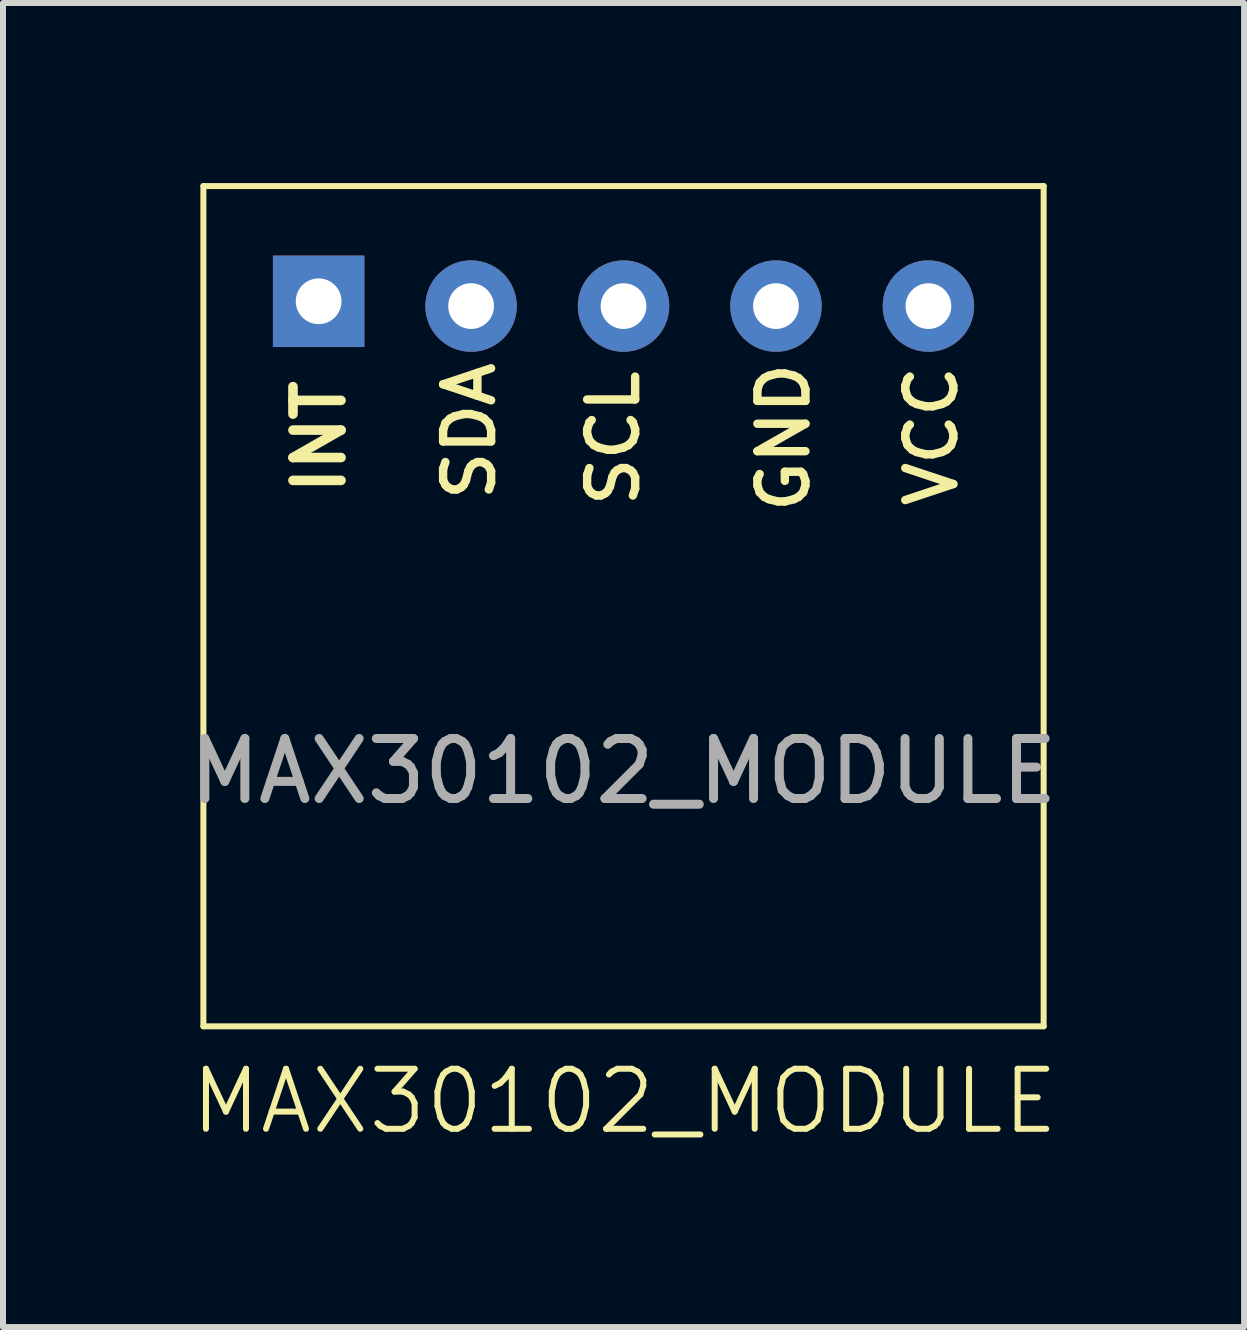
<source format=kicad_pcb>
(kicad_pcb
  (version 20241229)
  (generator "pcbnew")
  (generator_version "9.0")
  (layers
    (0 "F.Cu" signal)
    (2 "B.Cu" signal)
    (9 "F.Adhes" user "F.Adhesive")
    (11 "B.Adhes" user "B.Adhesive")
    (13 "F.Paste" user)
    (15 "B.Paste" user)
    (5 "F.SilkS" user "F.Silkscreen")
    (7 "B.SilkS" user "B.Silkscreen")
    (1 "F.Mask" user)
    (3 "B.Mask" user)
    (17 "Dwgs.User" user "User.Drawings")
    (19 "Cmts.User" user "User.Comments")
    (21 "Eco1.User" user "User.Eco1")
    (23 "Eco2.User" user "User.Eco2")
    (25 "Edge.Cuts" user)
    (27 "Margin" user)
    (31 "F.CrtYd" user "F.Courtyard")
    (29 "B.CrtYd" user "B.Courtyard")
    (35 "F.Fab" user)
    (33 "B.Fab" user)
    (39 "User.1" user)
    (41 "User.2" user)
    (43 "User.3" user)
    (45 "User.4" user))
  (footprint "MAX30102_MODULE"
    (layer "F.Cu")
    (at 7.339 7.05)
    (property "Reference" "MAX30102_MODULE" (at 0.019 8.25 0) (unlocked yes) (layer "F.SilkS") (effects (font (size 1 1) (thickness 0.1))))
    (attr through_hole)
    (fp_line (start -7 -7) (end 7 -7) (stroke (width 0.1) (type default)) (layer "F.SilkS"))
    (fp_line (start -7 7) (end -7 -7) (stroke (width 0.1) (type default)) (layer "F.SilkS"))
    (fp_line (start 7 -7) (end 7 7) (stroke (width 0.1) (type default)) (layer "F.SilkS"))
    (fp_line (start 7 7) (end -7 7) (stroke (width 0.1) (type default)) (layer "F.SilkS"))
    (fp_text user "SDA" (at -2.101 -1.7 90) (unlocked yes) (layer "F.SilkS") (effects (font (size 0.8 0.8) (thickness 0.14) (bold yes)) (justify left bottom)))
    (fp_text user "GND" (at 2.2 -1.5 90) (unlocked yes) (layer "F.SilkS") (effects (font (size 0.8 0.8) (thickness 0.14) (bold yes)) (justify left top)))
    (fp_text user "SCL" (at 0.299 -1.6 90) (unlocked yes) (layer "F.SilkS") (effects (font (size 0.8 0.8) (thickness 0.14) (bold yes)) (justify left bottom)))
    (fp_text user "INT" (at -4.601 -1.8 90) (unlocked yes) (layer "F.SilkS") (effects (font (size 0.8 0.8) (thickness 0.16) (bold yes)) (justify left bottom)))
    (fp_text user "VCC" (at 5.6 -1.6 90) (unlocked yes) (layer "F.SilkS") (effects (font (size 0.8 0.8) (thickness 0.14) (bold yes)) (justify left bottom)))
    (fp_text user "${REFERENCE}" (at 0 2.75 0) (unlocked yes) (layer "F.Fab") (effects (font (size 1 1) (thickness 0.15))))
    (pad "1" thru_hole rect (at -5.08 -5.08) (size 1.524 1.524) (drill 0.762) (layers "*.Cu" "*.Mask"))
    (pad "2" thru_hole circle (at -2.54 -5) (size 1.524 1.524) (drill 0.762) (layers "*.Cu" "*.Mask"))
    (pad "3" thru_hole circle (at 0 -5) (size 1.524 1.524) (drill 0.762) (layers "*.Cu" "*.Mask"))
    (pad "4" thru_hole circle (at 2.54 -5) (size 1.524 1.524) (drill 0.762) (layers "*.Cu" "*.Mask"))
    (pad "5" thru_hole circle (at 5.08 -5) (size 1.524 1.524) (drill 0.762) (layers "*.Cu" "*.Mask"))
    (zone (net_name "") (layer "F.SilkS") (hatch edge 0.5) (connect_pads) (min_thickness 0.25) (filled_areas_thickness no) (keepout (tracks allowed) (vias allowed) (pads not_allowed) (copperpour allowed) (footprints not_allowed)) (placement (enabled no)) (fill) (polygon (pts (xy 0.339 0.05) (xy 14.339 0.05) (xy 14.339 14.05) (xy 0.339 14.05))))
    (zone (net_name "") (layer "F.SilkS") (hatch edge 0.5) (connect_pads) (min_thickness 0.25) (filled_areas_thickness no) (keepout (tracks allowed) (vias allowed) (pads not_allowed) (copperpour allowed) (footprints not_allowed)) (placement (enabled no)) (fill) (polygon (pts (xy 8.616 8.526) (xy 8.643 8.538) (xy 8.664 8.558) (xy 8.675 8.585) (xy 8.675 8.615) (xy 8.664 8.642) (xy 8.643 8.662) (xy 8.616 8.674) (xy 8.601 8.675) (xy 7.839 8.675) (xy 7.825 8.674) (xy 7.798 8.662) (xy 7.777 8.642) (xy 7.766 8.615) (xy 7.766 8.585) (xy 7.777 8.558) (xy 7.798 8.538) (xy 7.825 8.526) (xy 7.839 8.525) (xy 8.601 8.525))))
    (zone (net_name "") (layer "F.SilkS") (hatch edge 0.5) (connect_pads) (min_thickness 0.25) (filled_areas_thickness no) (keepout (tracks allowed) (vias allowed) (pads not_allowed) (copperpour allowed) (footprints not_allowed)) (placement (enabled no)) (fill) (polygon (pts (xy 13.119 7.442) (xy 13.14 7.463) (xy 13.151 7.49) (xy 13.152 7.505) (xy 13.152 8.43) (xy 13.554 8.43) (xy 13.568 8.431) (xy 13.595 8.442) (xy 13.616 8.463) (xy 13.627 8.49) (xy 13.627 8.519) (xy 13.616 8.546) (xy 13.595 8.567) (xy 13.568 8.578) (xy 13.554 8.58) (xy 13.077 8.58) (xy 13.063 8.578) (xy 13.036 8.567) (xy 13.015 8.546) (xy 13.004 8.519) (xy 13.002 8.505) (xy 13.002 7.505) (xy 13.004 7.49) (xy 13.015 7.463) (xy 13.036 7.442) (xy 13.063 7.431) (xy 13.092 7.431))))
    (zone (net_name "") (layer "F.SilkS") (hatch edge 0.5) (connect_pads) (min_thickness 0.25) (filled_areas_thickness no) (keepout (tracks allowed) (vias allowed) (pads not_allowed) (copperpour allowed) (footprints not_allowed)) (placement (enabled no)) (fill) (polygon (pts (xy 2.963 7.435) (xy 2.988 7.452) (xy 3.004 7.476) (xy 3.01 7.505) (xy 3.004 7.533) (xy 2.997 7.546) (xy 2.691 8.005) (xy 2.997 8.463) (xy 3.004 8.476) (xy 3.01 8.505) (xy 3.004 8.534) (xy 2.988 8.558) (xy 2.963 8.574) (xy 2.934 8.58) (xy 2.906 8.574) (xy 2.881 8.558) (xy 2.872 8.546) (xy 2.601 8.14) (xy 2.33 8.546) (xy 2.321 8.558) (xy 2.297 8.574) (xy 2.268 8.58) (xy 2.239 8.574) (xy 2.215 8.558) (xy 2.199 8.534) (xy 2.193 8.505) (xy 2.199 8.476) (xy 2.205 8.463) (xy 2.511 8.005) (xy 2.205 7.546) (xy 2.199 7.533) (xy 2.193 7.505) (xy 2.199 7.476) (xy 2.215 7.452) (xy 2.239 7.435) (xy 2.268 7.43) (xy 2.297 7.436) (xy 2.321 7.452) (xy 2.33 7.463) (xy 2.601 7.87) (xy 2.872 7.463) (xy 2.881 7.452) (xy 2.906 7.436) (xy 2.934 7.43))))
    (zone (net_name "") (layer "F.SilkS") (hatch edge 0.5) (connect_pads) (min_thickness 0.25) (filled_areas_thickness no) (keepout (tracks allowed) (vias allowed) (pads not_allowed) (copperpour allowed) (footprints not_allowed)) (placement (enabled no)) (fill) (polygon (pts (xy 14.378 7.431) (xy 14.405 7.442) (xy 14.425 7.463) (xy 14.437 7.49) (xy 14.437 7.519) (xy 14.425 7.546) (xy 14.405 7.567) (xy 14.378 7.578) (xy 14.363 7.58) (xy 13.962 7.58) (xy 13.962 7.906) (xy 14.22 7.906) (xy 14.235 7.907) (xy 14.262 7.919) (xy 14.283 7.939) (xy 14.294 7.966) (xy 14.294 7.996) (xy 14.283 8.023) (xy 14.262 8.043) (xy 14.235 8.055) (xy 14.22 8.056) (xy 13.962 8.056) (xy 13.962 8.43) (xy 14.363 8.43) (xy 14.378 8.431) (xy 14.405 8.442) (xy 14.425 8.463) (xy 14.437 8.49) (xy 14.437 8.519) (xy 14.425 8.546) (xy 14.405 8.567) (xy 14.378 8.578) (xy 14.363 8.58) (xy 13.887 8.58) (xy 13.872 8.578) (xy 13.845 8.567) (xy 13.825 8.546) (xy 13.813 8.519) (xy 13.812 8.505) (xy 13.812 7.505) (xy 13.813 7.49) (xy 13.825 7.463) (xy 13.845 7.442) (xy 13.872 7.431) (xy 13.887 7.43) (xy 14.363 7.43))))
    (zone (net_name "") (layer "F.SilkS") (hatch edge 0.5) (connect_pads) (min_thickness 0.25) (filled_areas_thickness no) (keepout (tracks allowed) (vias allowed) (pads not_allowed) (copperpour allowed) (footprints not_allowed)) (placement (enabled no)) (fill) (polygon (pts (xy 1.711 7.432) (xy 1.716 7.432) (xy 1.725 7.437) (xy 1.734 7.44) (xy 1.738 7.443) (xy 1.742 7.446) (xy 1.749 7.453) (xy 1.756 7.459) (xy 1.758 7.464) (xy 1.762 7.468) (xy 1.768 7.481) (xy 2.101 8.481) (xy 2.104 8.495) (xy 2.102 8.525) (xy 2.089 8.551) (xy 2.067 8.57) (xy 2.039 8.579) (xy 2.01 8.577) (xy 1.984 8.564) (xy 1.965 8.542) (xy 1.959 8.529) (xy 1.88 8.294) (xy 1.512 8.294) (xy 1.434 8.529) (xy 1.428 8.542) (xy 1.409 8.564) (xy 1.383 8.577) (xy 1.354 8.579) (xy 1.326 8.57) (xy 1.304 8.551) (xy 1.291 8.525) (xy 1.289 8.495) (xy 1.292 8.481) (xy 1.625 7.481) (xy 1.631 7.468) (xy 1.635 7.464) (xy 1.637 7.459) (xy 1.644 7.453) (xy 1.65 7.446) (xy 1.655 7.443) (xy 1.659 7.44) (xy 1.668 7.437) (xy 1.677 7.432) (xy 1.682 7.432) (xy 1.687 7.43) (xy 1.696 7.431) (xy 1.706 7.43))) (polygon (pts (xy 1.562 8.144) (xy 1.83 8.144) (xy 1.696 7.742))))
    (zone (net_name "") (layer "F.SilkS") (hatch edge 0.5) (connect_pads) (min_thickness 0.25) (filled_areas_thickness no) (keepout (tracks allowed) (vias allowed) (pads not_allowed) (copperpour allowed) (footprints not_allowed)) (placement (enabled no)) (fill) (polygon (pts (xy 5.466 7.431) (xy 5.473 7.431) (xy 5.48 7.434) (xy 5.487 7.435) (xy 5.493 7.44) (xy 5.5 7.442) (xy 5.505 7.448) (xy 5.511 7.452) (xy 5.515 7.458) (xy 5.521 7.463) (xy 5.524 7.47) (xy 5.528 7.476) (xy 5.529 7.483) (xy 5.532 7.49) (xy 5.533 7.505) (xy 5.533 7.505) (xy 5.533 7.505) (xy 5.533 7.505) (xy 5.533 8.43) (xy 5.744 8.43) (xy 5.759 8.431) (xy 5.786 8.442) (xy 5.806 8.463) (xy 5.818 8.49) (xy 5.818 8.519) (xy 5.806 8.546) (xy 5.786 8.567) (xy 5.759 8.578) (xy 5.744 8.58) (xy 5.173 8.58) (xy 5.158 8.578) (xy 5.131 8.567) (xy 5.11 8.546) (xy 5.099 8.519) (xy 5.099 8.49) (xy 5.11 8.463) (xy 5.131 8.442) (xy 5.158 8.431) (xy 5.173 8.43) (xy 5.383 8.43) (xy 5.383 7.734) (xy 5.321 7.796) (xy 5.315 7.801) (xy 5.314 7.802) (xy 5.312 7.804) (xy 5.31 7.805) (xy 5.308 7.806) (xy 5.301 7.81) (xy 5.206 7.858) (xy 5.192 7.863) (xy 5.163 7.865) (xy 5.135 7.856) (xy 5.113 7.837) (xy 5.1 7.81) (xy 5.098 7.781) (xy 5.107 7.753) (xy 5.127 7.731) (xy 5.139 7.723) (xy 5.223 7.681) (xy 5.305 7.6) (xy 5.396 7.463) (xy 5.396 7.463) (xy 5.396 7.463) (xy 5.396 7.463) (xy 5.405 7.452) (xy 5.411 7.448) (xy 5.417 7.442) (xy 5.423 7.44) (xy 5.43 7.436) (xy 5.437 7.434) (xy 5.444 7.431) (xy 5.451 7.431) (xy 5.458 7.43))))
    (zone (net_name "") (layer "F.SilkS") (hatch edge 0.5) (connect_pads) (min_thickness 0.25) (filled_areas_thickness no) (keepout (tracks allowed) (vias allowed) (pads not_allowed) (copperpour allowed) (footprints not_allowed)) (placement (enabled no)) (fill) (polygon (pts (xy 12.071 7.442) (xy 12.092 7.463) (xy 12.103 7.49) (xy 12.105 7.505) (xy 12.105 8.297) (xy 12.139 8.365) (xy 12.169 8.396) (xy 12.238 8.43) (xy 12.393 8.43) (xy 12.462 8.396) (xy 12.492 8.365) (xy 12.526 8.297) (xy 12.526 7.505) (xy 12.528 7.49) (xy 12.539 7.463) (xy 12.56 7.442) (xy 12.587 7.431) (xy 12.616 7.431) (xy 12.643 7.442) (xy 12.664 7.463) (xy 12.675 7.49) (xy 12.676 7.505) (xy 12.676 8.314) (xy 12.675 8.329) (xy 12.674 8.331) (xy 12.674 8.334) (xy 12.668 8.348) (xy 12.621 8.443) (xy 12.617 8.449) (xy 12.616 8.451) (xy 12.614 8.453) (xy 12.613 8.456) (xy 12.611 8.457) (xy 12.607 8.463) (xy 12.559 8.51) (xy 12.553 8.515) (xy 12.552 8.516) (xy 12.55 8.518) (xy 12.548 8.52) (xy 12.546 8.52) (xy 12.539 8.524) (xy 12.444 8.572) (xy 12.431 8.577) (xy 12.428 8.577) (xy 12.425 8.578) (xy 12.411 8.58) (xy 12.22 8.58) (xy 12.206 8.578) (xy 12.203 8.577) (xy 12.2 8.577) (xy 12.187 8.572) (xy 12.091 8.524) (xy 12.085 8.52) (xy 12.083 8.52) (xy 12.081 8.518) (xy 12.079 8.516) (xy 12.078 8.515) (xy 12.072 8.51) (xy 12.024 8.463) (xy 12.02 8.457) (xy 12.018 8.456) (xy 12.017 8.453) (xy 12.015 8.451) (xy 12.014 8.449) (xy 12.01 8.443) (xy 11.963 8.348) (xy 11.957 8.334) (xy 11.957 8.331) (xy 11.956 8.329) (xy 11.955 8.314) (xy 11.955 7.505) (xy 11.956 7.49) (xy 11.967 7.463) (xy 11.988 7.442) (xy 12.015 7.431) (xy 12.044 7.431))))
    (zone (net_name "") (layer "F.SilkS") (hatch edge 0.5) (connect_pads) (min_thickness 0.25) (filled_areas_thickness no) (keepout (tracks allowed) (vias allowed) (pads not_allowed) (copperpour allowed) (footprints not_allowed)) (placement (enabled no)) (fill) (polygon (pts (xy 7.473 7.431) (xy 7.475 7.432) (xy 7.478 7.432) (xy 7.492 7.438) (xy 7.587 7.485) (xy 7.593 7.489) (xy 7.595 7.49) (xy 7.597 7.492) (xy 7.6 7.493) (xy 7.601 7.495) (xy 7.607 7.499) (xy 7.654 7.547) (xy 7.659 7.553) (xy 7.66 7.554) (xy 7.662 7.556) (xy 7.664 7.558) (xy 7.664 7.56) (xy 7.668 7.567) (xy 7.716 7.662) (xy 7.721 7.675) (xy 7.721 7.678) (xy 7.722 7.681) (xy 7.724 7.695) (xy 7.724 7.791) (xy 7.723 7.798) (xy 7.723 7.8) (xy 7.723 7.803) (xy 7.722 7.805) (xy 7.722 7.807) (xy 7.72 7.814) (xy 7.672 7.957) (xy 7.666 7.971) (xy 7.665 7.973) (xy 7.664 7.975) (xy 7.654 7.986) (xy 7.211 8.43) (xy 7.649 8.43) (xy 7.663 8.431) (xy 7.69 8.442) (xy 7.711 8.463) (xy 7.722 8.49) (xy 7.722 8.519) (xy 7.711 8.546) (xy 7.69 8.567) (xy 7.663 8.578) (xy 7.649 8.58) (xy 7.03 8.58) (xy 7.015 8.578) (xy 7.005 8.574) (xy 6.988 8.567) (xy 6.967 8.546) (xy 6.956 8.519) (xy 6.956 8.49) (xy 6.967 8.463) (xy 6.977 8.452) (xy 7.536 7.893) (xy 7.574 7.778) (xy 7.574 7.713) (xy 7.54 7.644) (xy 7.509 7.614) (xy 7.441 7.58) (xy 7.238 7.58) (xy 7.169 7.614) (xy 7.13 7.653) (xy 7.119 7.662) (xy 7.092 7.674) (xy 7.063 7.674) (xy 7.036 7.662) (xy 7.015 7.642) (xy 7.004 7.615) (xy 7.004 7.585) (xy 7.015 7.558) (xy 7.024 7.547) (xy 7.072 7.499) (xy 7.078 7.495) (xy 7.079 7.493) (xy 7.081 7.492) (xy 7.083 7.49) (xy 7.085 7.489) (xy 7.091 7.485) (xy 7.187 7.438) (xy 7.2 7.432) (xy 7.203 7.432) (xy 7.206 7.431) (xy 7.22 7.43) (xy 7.458 7.43))))
    (zone (net_name "") (layer "F.SilkS") (hatch edge 0.5) (connect_pads) (min_thickness 0.25) (filled_areas_thickness no) (keepout (tracks allowed) (vias allowed) (pads not_allowed) (copperpour allowed) (footprints not_allowed)) (placement (enabled no)) (fill) (polygon (pts (xy 11.275 7.431) (xy 11.277 7.43) (xy 11.28 7.431) (xy 11.282 7.431) (xy 11.284 7.432) (xy 11.292 7.434) (xy 11.434 7.481) (xy 11.448 7.487) (xy 11.45 7.489) (xy 11.452 7.49) (xy 11.464 7.499) (xy 11.559 7.595) (xy 11.564 7.6) (xy 11.565 7.602) (xy 11.567 7.604) (xy 11.568 7.606) (xy 11.569 7.608) (xy 11.573 7.614) (xy 11.621 7.709) (xy 11.621 7.71) (xy 11.621 7.711) (xy 11.624 7.717) (xy 11.626 7.723) (xy 11.626 7.724) (xy 11.626 7.725) (xy 11.674 7.915) (xy 11.674 7.918) (xy 11.675 7.919) (xy 11.675 7.924) (xy 11.676 7.93) (xy 11.676 7.931) (xy 11.676 7.933) (xy 11.676 8.076) (xy 11.676 8.079) (xy 11.676 8.08) (xy 11.675 8.085) (xy 11.675 8.091) (xy 11.674 8.092) (xy 11.674 8.094) (xy 11.626 8.285) (xy 11.626 8.286) (xy 11.626 8.287) (xy 11.624 8.293) (xy 11.621 8.299) (xy 11.621 8.299) (xy 11.621 8.3) (xy 11.573 8.396) (xy 11.569 8.402) (xy 11.568 8.404) (xy 11.567 8.406) (xy 11.565 8.408) (xy 11.564 8.409) (xy 11.559 8.415) (xy 11.464 8.51) (xy 11.452 8.52) (xy 11.45 8.521) (xy 11.448 8.522) (xy 11.434 8.528) (xy 11.292 8.576) (xy 11.284 8.578) (xy 11.282 8.578) (xy 11.28 8.579) (xy 11.277 8.579) (xy 11.275 8.579) (xy 11.268 8.58) (xy 11.03 8.58) (xy 11.015 8.578) (xy 10.988 8.567) (xy 10.967 8.546) (xy 10.956 8.519) (xy 10.955 8.505) (xy 10.955 7.505) (xy 10.956 7.49) (xy 10.967 7.463) (xy 10.988 7.442) (xy 11.015 7.431) (xy 11.03 7.43) (xy 11.268 7.43))) (polygon (pts (xy 11.105 7.58) (xy 11.105 8.43) (xy 11.256 8.43) (xy 11.37 8.392) (xy 11.444 8.318) (xy 11.483 8.241) (xy 11.526 8.067) (xy 11.526 7.943) (xy 11.483 7.769) (xy 11.444 7.692) (xy 11.37 7.618) (xy 11.256 7.58))))
    (zone (net_name "") (layer "F.SilkS") (hatch edge 0.5) (connect_pads) (min_thickness 0.25) (filled_areas_thickness no) (keepout (tracks allowed) (vias allowed) (pads not_allowed) (copperpour allowed) (footprints not_allowed)) (placement (enabled no)) (fill) (polygon (pts (xy 1.031 7.431) (xy 1.044 7.431) (xy 1.046 7.432) (xy 1.048 7.432) (xy 1.059 7.437) (xy 1.071 7.442) (xy 1.073 7.444) (xy 1.074 7.444) (xy 1.083 7.454) (xy 1.092 7.463) (xy 1.093 7.465) (xy 1.094 7.466) (xy 1.098 7.478) (xy 1.103 7.49) (xy 1.104 7.492) (xy 1.104 7.493) (xy 1.104 7.495) (xy 1.105 7.505) (xy 1.105 8.505) (xy 1.103 8.519) (xy 1.092 8.546) (xy 1.071 8.567) (xy 1.044 8.578) (xy 1.015 8.578) (xy 0.988 8.567) (xy 0.967 8.546) (xy 0.956 8.519) (xy 0.955 8.505) (xy 0.955 7.843) (xy 0.764 8.251) (xy 0.761 8.256) (xy 0.761 8.258) (xy 0.759 8.259) (xy 0.757 8.263) (xy 0.748 8.271) (xy 0.741 8.28) (xy 0.738 8.281) (xy 0.735 8.283) (xy 0.725 8.287) (xy 0.714 8.292) (xy 0.711 8.292) (xy 0.708 8.293) (xy 0.696 8.293) (xy 0.685 8.293) (xy 0.682 8.292) (xy 0.679 8.292) (xy 0.668 8.287) (xy 0.658 8.283) (xy 0.655 8.281) (xy 0.652 8.28) (xy 0.644 8.271) (xy 0.636 8.263) (xy 0.633 8.259) (xy 0.632 8.258) (xy 0.632 8.256) (xy 0.628 8.251) (xy 0.438 7.843) (xy 0.438 8.505) (xy 0.437 8.519) (xy 0.425 8.546) (xy 0.405 8.567) (xy 0.378 8.578) (xy 0.348 8.578) (xy 0.321 8.567) (xy 0.301 8.546) (xy 0.29 8.519) (xy 0.288 8.505) (xy 0.288 7.505) (xy 0.289 7.495) (xy 0.289 7.493) (xy 0.289 7.492) (xy 0.29 7.49) (xy 0.295 7.478) (xy 0.299 7.466) (xy 0.3 7.465) (xy 0.301 7.463) (xy 0.31 7.454) (xy 0.319 7.444) (xy 0.32 7.444) (xy 0.321 7.442) (xy 0.333 7.437) (xy 0.345 7.432) (xy 0.347 7.432) (xy 0.348 7.431) (xy 0.361 7.431) (xy 0.374 7.431) (xy 0.376 7.431) (xy 0.378 7.431) (xy 0.39 7.436) (xy 0.402 7.441) (xy 0.403 7.442) (xy 0.405 7.442) (xy 0.414 7.452) (xy 0.424 7.46) (xy 0.425 7.462) (xy 0.425 7.463) (xy 0.426 7.465) (xy 0.431 7.473) (xy 0.696 8.042) (xy 0.962 7.473) (xy 0.967 7.465) (xy 0.967 7.463) (xy 0.968 7.462) (xy 0.969 7.46) (xy 0.979 7.452) (xy 0.988 7.442) (xy 0.99 7.442) (xy 0.991 7.441) (xy 1.003 7.436) (xy 1.015 7.431) (xy 1.017 7.431) (xy 1.018 7.431))))
    (zone (net_name "") (layer "F.SilkS") (hatch edge 0.5) (connect_pads) (min_thickness 0.25) (filled_areas_thickness no) (keepout (tracks allowed) (vias allowed) (pads not_allowed) (copperpour allowed) (footprints not_allowed)) (placement (enabled no)) (fill) (polygon (pts (xy 9.508 7.431) (xy 9.521 7.431) (xy 9.522 7.432) (xy 9.524 7.432) (xy 9.536 7.437) (xy 9.548 7.442) (xy 9.549 7.444) (xy 9.55 7.444) (xy 9.559 7.454) (xy 9.568 7.463) (xy 9.569 7.465) (xy 9.57 7.466) (xy 9.575 7.478) (xy 9.58 7.49) (xy 9.58 7.492) (xy 9.58 7.493) (xy 9.58 7.495) (xy 9.581 7.505) (xy 9.581 8.505) (xy 9.58 8.519) (xy 9.568 8.546) (xy 9.548 8.567) (xy 9.521 8.578) (xy 9.491 8.578) (xy 9.464 8.567) (xy 9.444 8.546) (xy 9.432 8.519) (xy 9.431 8.505) (xy 9.431 7.843) (xy 9.241 8.251) (xy 9.237 8.256) (xy 9.237 8.258) (xy 9.236 8.259) (xy 9.233 8.263) (xy 9.225 8.271) (xy 9.217 8.28) (xy 9.214 8.281) (xy 9.212 8.283) (xy 9.201 8.287) (xy 9.19 8.292) (xy 9.187 8.292) (xy 9.184 8.293) (xy 9.173 8.293) (xy 9.161 8.293) (xy 9.158 8.292) (xy 9.155 8.292) (xy 9.144 8.287) (xy 9.134 8.283) (xy 9.131 8.281) (xy 9.128 8.28) (xy 9.121 8.271) (xy 9.112 8.263) (xy 9.11 8.259) (xy 9.108 8.258) (xy 9.108 8.256) (xy 9.105 8.251) (xy 8.914 7.843) (xy 8.914 8.505) (xy 8.913 8.519) (xy 8.902 8.546) (xy 8.881 8.567) (xy 8.854 8.578) (xy 8.825 8.578) (xy 8.798 8.567) (xy 8.777 8.546) (xy 8.766 8.519) (xy 8.764 8.505) (xy 8.764 7.505) (xy 8.765 7.495) (xy 8.765 7.493) (xy 8.765 7.492) (xy 8.766 7.49) (xy 8.771 7.478) (xy 8.775 7.466) (xy 8.776 7.465) (xy 8.777 7.463) (xy 8.786 7.454) (xy 8.795 7.444) (xy 8.796 7.444) (xy 8.798 7.442) (xy 8.81 7.437) (xy 8.821 7.432) (xy 8.823 7.432) (xy 8.825 7.431) (xy 8.838 7.431) (xy 8.851 7.431) (xy 8.852 7.431) (xy 8.854 7.431) (xy 8.866 7.436) (xy 8.878 7.441) (xy 8.879 7.442) (xy 8.881 7.442) (xy 8.89 7.452) (xy 8.9 7.46) (xy 8.901 7.462) (xy 8.902 7.463) (xy 8.902 7.465) (xy 8.907 7.473) (xy 9.173 8.042) (xy 9.438 7.473) (xy 9.443 7.465) (xy 9.444 7.463) (xy 9.444 7.462) (xy 9.445 7.46) (xy 9.455 7.452) (xy 9.464 7.442) (xy 9.466 7.442) (xy 9.467 7.441) (xy 9.479 7.436) (xy 9.491 7.431) (xy 9.493 7.431) (xy 9.495 7.431))))
    (zone (net_name "") (layer "F.SilkS") (hatch edge 0.5) (connect_pads) (min_thickness 0.25) (filled_areas_thickness no) (keepout (tracks allowed) (vias allowed) (pads not_allowed) (copperpour allowed) (footprints not_allowed)) (placement (enabled no)) (fill) (polygon (pts (xy 10.378 7.431) (xy 10.38 7.432) (xy 10.383 7.432) (xy 10.397 7.438) (xy 10.492 7.485) (xy 10.498 7.489) (xy 10.5 7.49) (xy 10.502 7.492) (xy 10.504 7.493) (xy 10.506 7.495) (xy 10.511 7.499) (xy 10.607 7.595) (xy 10.616 7.606) (xy 10.618 7.611) (xy 10.621 7.616) (xy 10.626 7.629) (xy 10.674 7.82) (xy 10.674 7.822) (xy 10.675 7.824) (xy 10.675 7.829) (xy 10.676 7.835) (xy 10.676 7.836) (xy 10.676 7.838) (xy 10.676 8.171) (xy 10.676 8.174) (xy 10.676 8.175) (xy 10.675 8.181) (xy 10.675 8.186) (xy 10.674 8.187) (xy 10.674 8.19) (xy 10.626 8.38) (xy 10.621 8.394) (xy 10.618 8.398) (xy 10.616 8.404) (xy 10.607 8.415) (xy 10.511 8.51) (xy 10.506 8.515) (xy 10.504 8.516) (xy 10.502 8.518) (xy 10.5 8.52) (xy 10.498 8.52) (xy 10.492 8.524) (xy 10.397 8.572) (xy 10.383 8.577) (xy 10.38 8.577) (xy 10.378 8.578) (xy 10.363 8.58) (xy 10.173 8.58) (xy 10.158 8.578) (xy 10.155 8.577) (xy 10.153 8.577) (xy 10.139 8.572) (xy 10.044 8.524) (xy 10.038 8.52) (xy 10.036 8.52) (xy 10.034 8.518) (xy 10.031 8.516) (xy 10.03 8.515) (xy 10.024 8.51) (xy 9.929 8.415) (xy 9.92 8.404) (xy 9.918 8.398) (xy 9.914 8.394) (xy 9.909 8.38) (xy 9.862 8.19) (xy 9.861 8.187) (xy 9.861 8.186) (xy 9.86 8.181) (xy 9.86 8.175) (xy 9.86 8.174) (xy 9.86 8.171) (xy 9.86 7.838) (xy 9.86 7.836) (xy 9.86 7.835) (xy 9.86 7.829) (xy 9.861 7.824) (xy 9.861 7.822) (xy 9.862 7.82) (xy 9.909 7.629) (xy 9.914 7.616) (xy 9.918 7.611) (xy 9.92 7.606) (xy 9.929 7.595) (xy 10.024 7.499) (xy 10.03 7.495) (xy 10.031 7.493) (xy 10.034 7.492) (xy 10.036 7.49) (xy 10.038 7.489) (xy 10.044 7.485) (xy 10.139 7.438) (xy 10.153 7.432) (xy 10.155 7.432) (xy 10.158 7.431) (xy 10.173 7.43) (xy 10.363 7.43))) (polygon (pts (xy 10.19 7.58) (xy 10.122 7.614) (xy 10.05 7.686) (xy 10.01 7.847) (xy 10.01 8.162) (xy 10.05 8.324) (xy 10.122 8.396) (xy 10.19 8.43) (xy 10.345 8.43) (xy 10.414 8.396) (xy 10.486 8.324) (xy 10.526 8.162) (xy 10.526 7.847) (xy 10.486 7.686) (xy 10.414 7.614) (xy 10.345 7.58))))
    (zone (net_name "") (layer "F.SilkS") (hatch edge 0.5) (connect_pads) (min_thickness 0.25) (filled_areas_thickness no) (keepout (tracks allowed) (vias allowed) (pads not_allowed) (copperpour allowed) (footprints not_allowed)) (placement (enabled no)) (fill) (polygon (pts (xy 3.847 7.431) (xy 3.849 7.43) (xy 3.85 7.431) (xy 3.854 7.431) (xy 3.865 7.436) (xy 3.877 7.44) (xy 3.879 7.441) (xy 3.881 7.442) (xy 3.89 7.451) (xy 3.899 7.459) (xy 3.9 7.461) (xy 3.902 7.463) (xy 3.906 7.474) (xy 3.912 7.485) (xy 3.912 7.488) (xy 3.913 7.49) (xy 3.913 7.502) (xy 3.914 7.515) (xy 3.913 7.517) (xy 3.913 7.519) (xy 3.908 7.531) (xy 3.904 7.542) (xy 3.902 7.545) (xy 3.902 7.546) (xy 3.9 7.548) (xy 3.896 7.554) (xy 3.669 7.814) (xy 3.682 7.819) (xy 3.778 7.866) (xy 3.784 7.87) (xy 3.786 7.871) (xy 3.788 7.873) (xy 3.79 7.874) (xy 3.791 7.876) (xy 3.797 7.88) (xy 3.845 7.928) (xy 3.849 7.934) (xy 3.851 7.935) (xy 3.852 7.937) (xy 3.854 7.939) (xy 3.855 7.941) (xy 3.859 7.947) (xy 3.906 8.043) (xy 3.912 8.056) (xy 3.912 8.059) (xy 3.913 8.062) (xy 3.914 8.076) (xy 3.914 8.314) (xy 3.913 8.329) (xy 3.912 8.331) (xy 3.912 8.334) (xy 3.906 8.348) (xy 3.859 8.443) (xy 3.855 8.449) (xy 3.854 8.451) (xy 3.852 8.453) (xy 3.851 8.456) (xy 3.849 8.457) (xy 3.845 8.463) (xy 3.797 8.51) (xy 3.791 8.515) (xy 3.79 8.516) (xy 3.788 8.518) (xy 3.786 8.52) (xy 3.784 8.52) (xy 3.778 8.524) (xy 3.682 8.572) (xy 3.669 8.577) (xy 3.666 8.577) (xy 3.663 8.578) (xy 3.649 8.58) (xy 3.363 8.58) (xy 3.348 8.578) (xy 3.346 8.577) (xy 3.343 8.577) (xy 3.33 8.572) (xy 3.234 8.524) (xy 3.228 8.52) (xy 3.226 8.52) (xy 3.224 8.518) (xy 3.222 8.516) (xy 3.221 8.515) (xy 3.215 8.51) (xy 3.167 8.463) (xy 3.158 8.451) (xy 3.147 8.424) (xy 3.147 8.395) (xy 3.158 8.368) (xy 3.179 8.347) (xy 3.206 8.336) (xy 3.235 8.336) (xy 3.262 8.347) (xy 3.273 8.357) (xy 3.312 8.396) (xy 3.381 8.43) (xy 3.631 8.43) (xy 3.7 8.396) (xy 3.73 8.365) (xy 3.764 8.297) (xy 3.764 8.094) (xy 3.73 8.025) (xy 3.7 7.995) (xy 3.631 7.961) (xy 3.506 7.961) (xy 3.498 7.96) (xy 3.496 7.96) (xy 3.495 7.96) (xy 3.491 7.959) (xy 3.48 7.955) (xy 3.469 7.951) (xy 3.467 7.949) (xy 3.464 7.948) (xy 3.456 7.94) (xy 3.447 7.931) (xy 3.445 7.929) (xy 3.444 7.927) (xy 3.439 7.916) (xy 3.434 7.905) (xy 3.433 7.903) (xy 3.432 7.9) (xy 3.432 7.888) (xy 3.432 7.876) (xy 3.432 7.874) (xy 3.432 7.871) (xy 3.437 7.86) (xy 3.441 7.848) (xy 3.443 7.845) (xy 3.444 7.844) (xy 3.445 7.843) (xy 3.45 7.836) (xy 3.674 7.58) (xy 3.22 7.58) (xy 3.206 7.578) (xy 3.179 7.567) (xy 3.158 7.546) (xy 3.147 7.519) (xy 3.147 7.49) (xy 3.158 7.463) (xy 3.179 7.442) (xy 3.206 7.431) (xy 3.22 7.43) (xy 3.839 7.43))))
    (zone (net_name "") (layer "F.SilkS") (hatch edge 0.5) (connect_pads) (min_thickness 0.25) (filled_areas_thickness no) (keepout (tracks allowed) (vias allowed) (pads not_allowed) (copperpour allowed) (footprints not_allowed)) (placement (enabled no)) (fill) (polygon (pts (xy 4.568 7.431) (xy 4.571 7.432) (xy 4.573 7.432) (xy 4.587 7.438) (xy 4.682 7.485) (xy 4.689 7.489) (xy 4.69 7.49) (xy 4.693 7.492) (xy 4.695 7.493) (xy 4.696 7.495) (xy 4.702 7.499) (xy 4.749 7.547) (xy 4.754 7.553) (xy 4.756 7.554) (xy 4.757 7.556) (xy 4.759 7.558) (xy 4.76 7.56) (xy 4.764 7.567) (xy 4.811 7.662) (xy 4.812 7.663) (xy 4.812 7.663) (xy 4.814 7.669) (xy 4.816 7.675) (xy 4.816 7.676) (xy 4.817 7.677) (xy 4.864 7.868) (xy 4.865 7.87) (xy 4.865 7.871) (xy 4.866 7.877) (xy 4.867 7.882) (xy 4.866 7.883) (xy 4.867 7.886) (xy 4.867 8.124) (xy 4.866 8.126) (xy 4.867 8.128) (xy 4.866 8.133) (xy 4.865 8.138) (xy 4.865 8.14) (xy 4.864 8.142) (xy 4.817 8.333) (xy 4.816 8.334) (xy 4.816 8.334) (xy 4.814 8.34) (xy 4.812 8.346) (xy 4.812 8.347) (xy 4.811 8.348) (xy 4.764 8.443) (xy 4.76 8.449) (xy 4.759 8.451) (xy 4.757 8.453) (xy 4.756 8.456) (xy 4.754 8.457) (xy 4.749 8.463) (xy 4.702 8.51) (xy 4.696 8.515) (xy 4.695 8.516) (xy 4.693 8.518) (xy 4.69 8.52) (xy 4.689 8.52) (xy 4.682 8.524) (xy 4.587 8.572) (xy 4.573 8.577) (xy 4.571 8.577) (xy 4.568 8.578) (xy 4.554 8.58) (xy 4.458 8.58) (xy 4.444 8.578) (xy 4.441 8.577) (xy 4.439 8.577) (xy 4.425 8.572) (xy 4.33 8.524) (xy 4.323 8.52) (xy 4.321 8.52) (xy 4.319 8.518) (xy 4.317 8.516) (xy 4.316 8.515) (xy 4.31 8.51) (xy 4.262 8.463) (xy 4.258 8.457) (xy 4.256 8.456) (xy 4.255 8.453) (xy 4.253 8.451) (xy 4.252 8.449) (xy 4.248 8.443) (xy 4.201 8.348) (xy 4.2 8.347) (xy 4.2 8.346) (xy 4.198 8.34) (xy 4.196 8.334) (xy 4.195 8.334) (xy 4.195 8.333) (xy 4.147 8.142) (xy 4.147 8.14) (xy 4.147 8.138) (xy 4.146 8.133) (xy 4.145 8.128) (xy 4.145 8.126) (xy 4.145 8.124) (xy 4.145 7.886) (xy 4.145 7.883) (xy 4.145 7.882) (xy 4.146 7.877) (xy 4.147 7.871) (xy 4.147 7.87) (xy 4.147 7.868) (xy 4.195 7.677) (xy 4.195 7.676) (xy 4.196 7.675) (xy 4.198 7.669) (xy 4.2 7.663) (xy 4.2 7.663) (xy 4.201 7.662) (xy 4.248 7.567) (xy 4.252 7.56) (xy 4.253 7.558) (xy 4.255 7.556) (xy 4.256 7.554) (xy 4.258 7.553) (xy 4.262 7.547) (xy 4.31 7.499) (xy 4.316 7.495) (xy 4.317 7.493) (xy 4.319 7.492) (xy 4.321 7.49) (xy 4.323 7.489) (xy 4.33 7.485) (xy 4.425 7.438) (xy 4.439 7.432) (xy 4.441 7.432) (xy 4.444 7.431) (xy 4.458 7.43) (xy 4.554 7.43))) (polygon (pts (xy 4.476 7.58) (xy 4.408 7.614) (xy 4.377 7.644) (xy 4.339 7.721) (xy 4.295 7.895) (xy 4.295 8.115) (xy 4.339 8.288) (xy 4.377 8.365) (xy 4.408 8.396) (xy 4.476 8.43) (xy 4.536 8.43) (xy 4.604 8.396) (xy 4.635 8.365) (xy 4.673 8.288) (xy 4.717 8.115) (xy 4.717 7.895) (xy 4.673 7.721) (xy 4.635 7.644) (xy 4.604 7.614) (xy 4.536 7.58))))
    (zone (net_name "") (layer "F.SilkS") (hatch edge 0.5) (connect_pads) (min_thickness 0.25) (filled_areas_thickness no) (keepout (tracks allowed) (vias allowed) (pads not_allowed) (copperpour allowed) (footprints not_allowed)) (placement (enabled no)) (fill) (polygon (pts (xy 6.473 7.431) (xy 6.475 7.432) (xy 6.478 7.432) (xy 6.492 7.438) (xy 6.587 7.485) (xy 6.593 7.489) (xy 6.595 7.49) (xy 6.597 7.492) (xy 6.6 7.493) (xy 6.601 7.495) (xy 6.607 7.499) (xy 6.654 7.547) (xy 6.659 7.553) (xy 6.66 7.554) (xy 6.662 7.556) (xy 6.664 7.558) (xy 6.664 7.56) (xy 6.668 7.567) (xy 6.716 7.662) (xy 6.716 7.663) (xy 6.717 7.663) (xy 6.719 7.669) (xy 6.721 7.675) (xy 6.721 7.676) (xy 6.722 7.677) (xy 6.769 7.868) (xy 6.77 7.87) (xy 6.77 7.871) (xy 6.771 7.877) (xy 6.771 7.882) (xy 6.771 7.883) (xy 6.771 7.886) (xy 6.771 8.124) (xy 6.771 8.126) (xy 6.771 8.128) (xy 6.771 8.133) (xy 6.77 8.138) (xy 6.77 8.14) (xy 6.769 8.142) (xy 6.722 8.333) (xy 6.721 8.334) (xy 6.721 8.334) (xy 6.719 8.34) (xy 6.717 8.346) (xy 6.716 8.347) (xy 6.716 8.348) (xy 6.668 8.443) (xy 6.664 8.449) (xy 6.664 8.451) (xy 6.662 8.453) (xy 6.66 8.456) (xy 6.659 8.457) (xy 6.654 8.463) (xy 6.607 8.51) (xy 6.601 8.515) (xy 6.6 8.516) (xy 6.597 8.518) (xy 6.595 8.52) (xy 6.593 8.52) (xy 6.587 8.524) (xy 6.492 8.572) (xy 6.478 8.577) (xy 6.475 8.577) (xy 6.473 8.578) (xy 6.458 8.58) (xy 6.363 8.58) (xy 6.348 8.578) (xy 6.346 8.577) (xy 6.343 8.577) (xy 6.33 8.572) (xy 6.234 8.524) (xy 6.228 8.52) (xy 6.226 8.52) (xy 6.224 8.518) (xy 6.222 8.516) (xy 6.221 8.515) (xy 6.215 8.51) (xy 6.167 8.463) (xy 6.162 8.457) (xy 6.161 8.456) (xy 6.16 8.453) (xy 6.158 8.451) (xy 6.157 8.449) (xy 6.153 8.443) (xy 6.106 8.348) (xy 6.105 8.347) (xy 6.105 8.346) (xy 6.103 8.34) (xy 6.1 8.334) (xy 6.1 8.334) (xy 6.1 8.333) (xy 6.052 8.142) (xy 6.052 8.14) (xy 6.051 8.138) (xy 6.051 8.133) (xy 6.05 8.128) (xy 6.05 8.126) (xy 6.05 8.124) (xy 6.05 7.886) (xy 6.05 7.883) (xy 6.05 7.882) (xy 6.051 7.877) (xy 6.051 7.871) (xy 6.052 7.87) (xy 6.052 7.868) (xy 6.1 7.677) (xy 6.1 7.676) (xy 6.1 7.675) (xy 6.103 7.669) (xy 6.105 7.663) (xy 6.105 7.663) (xy 6.106 7.662) (xy 6.153 7.567) (xy 6.157 7.56) (xy 6.158 7.558) (xy 6.16 7.556) (xy 6.161 7.554) (xy 6.162 7.553) (xy 6.167 7.547) (xy 6.215 7.499) (xy 6.221 7.495) (xy 6.222 7.493) (xy 6.224 7.492) (xy 6.226 7.49) (xy 6.228 7.489) (xy 6.234 7.485) (xy 6.33 7.438) (xy 6.343 7.432) (xy 6.346 7.432) (xy 6.348 7.431) (xy 6.363 7.43) (xy 6.458 7.43))) (polygon (pts (xy 6.381 7.58) (xy 6.312 7.614) (xy 6.282 7.644) (xy 6.243 7.721) (xy 6.2 7.895) (xy 6.2 8.115) (xy 6.243 8.288) (xy 6.282 8.365) (xy 6.312 8.396) (xy 6.381 8.43) (xy 6.441 8.43) (xy 6.509 8.396) (xy 6.54 8.365) (xy 6.578 8.288) (xy 6.621 8.115) (xy 6.621 7.895) (xy 6.578 7.721) (xy 6.54 7.644) (xy 6.509 7.614) (xy 6.441 7.58)))))
  (gr_rect
    (start -3 -3)
    (end 17.679 19.061)
    (stroke (width 0.1) (type default))
    (fill no)
    (layer "Edge.Cuts")))
</source>
